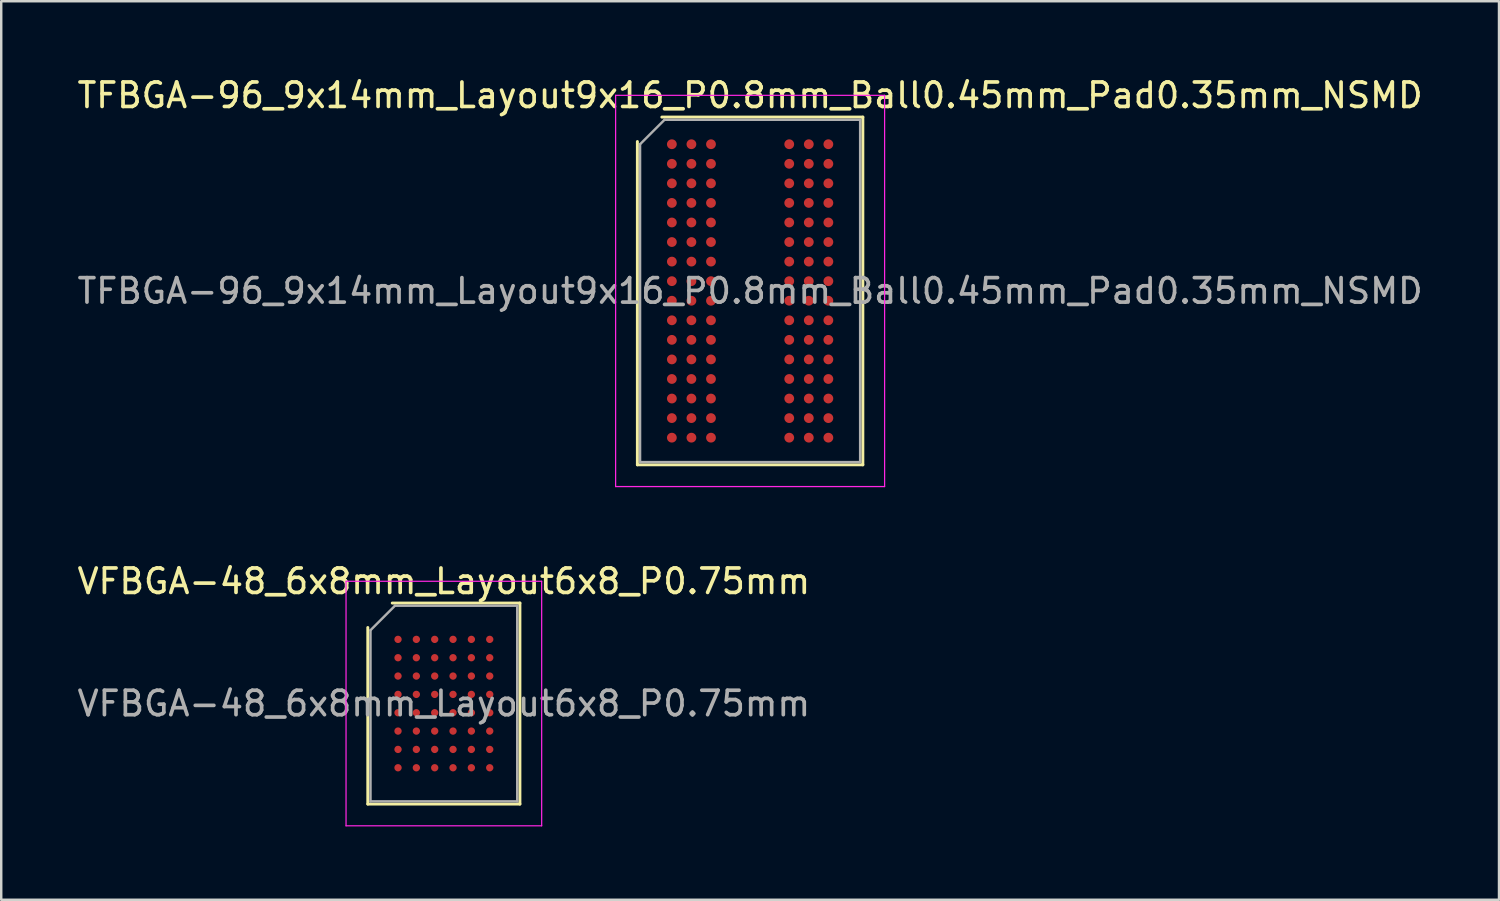
<source format=kicad_pcb>
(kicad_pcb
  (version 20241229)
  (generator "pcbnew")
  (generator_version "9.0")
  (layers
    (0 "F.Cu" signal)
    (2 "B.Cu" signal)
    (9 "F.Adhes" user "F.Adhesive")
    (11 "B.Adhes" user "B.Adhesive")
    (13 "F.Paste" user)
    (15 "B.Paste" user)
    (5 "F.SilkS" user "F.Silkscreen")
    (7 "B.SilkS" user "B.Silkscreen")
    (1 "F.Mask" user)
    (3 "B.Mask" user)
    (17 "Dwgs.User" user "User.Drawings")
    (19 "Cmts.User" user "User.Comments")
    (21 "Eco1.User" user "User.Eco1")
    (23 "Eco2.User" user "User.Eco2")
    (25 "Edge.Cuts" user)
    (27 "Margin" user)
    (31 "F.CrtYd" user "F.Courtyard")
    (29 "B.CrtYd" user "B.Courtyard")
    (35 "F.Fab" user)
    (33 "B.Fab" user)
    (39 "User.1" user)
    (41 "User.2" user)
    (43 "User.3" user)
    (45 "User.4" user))
  (footprint "VFBGA-48_6x8mm_Layout6x8_P0.75mm"
    (layer "F.Cu")
    (at 15.101 25.721)
    (property "Reference" "VFBGA-48_6x8mm_Layout6x8_P0.75mm" (at 0 -5 0) (layer "F.SilkS") (effects (font (size 1 1) (thickness 0.15))))
    (attr smd)
    (fp_line (start -3.11 4.11) (end -3.11 -3.11) (stroke (width 0.12) (type solid)) (layer "F.SilkS"))
    (fp_line (start -2.11 -4.11) (end 3.11 -4.11) (stroke (width 0.12) (type solid)) (layer "F.SilkS"))
    (fp_line (start 3.11 -4.11) (end 3.11 4.11) (stroke (width 0.12) (type solid)) (layer "F.SilkS"))
    (fp_line (start 3.11 4.11) (end -3.11 4.11) (stroke (width 0.12) (type solid)) (layer "F.SilkS"))
    (fp_line (start -4 -5) (end -4 5) (stroke (width 0.05) (type solid)) (layer "F.CrtYd"))
    (fp_line (start -4 5) (end 4 5) (stroke (width 0.05) (type solid)) (layer "F.CrtYd"))
    (fp_line (start 4 -5) (end -4 -5) (stroke (width 0.05) (type solid)) (layer "F.CrtYd"))
    (fp_line (start 4 5) (end 4 -5) (stroke (width 0.05) (type solid)) (layer "F.CrtYd"))
    (fp_line (start -3 -3) (end -2 -4) (stroke (width 0.1) (type solid)) (layer "F.Fab"))
    (fp_line (start -3 4) (end -3 -3) (stroke (width 0.1) (type solid)) (layer "F.Fab"))
    (fp_line (start -2 -4) (end 3 -4) (stroke (width 0.1) (type solid)) (layer "F.Fab"))
    (fp_line (start 3 -4) (end 3 4) (stroke (width 0.1) (type solid)) (layer "F.Fab"))
    (fp_line (start 3 4) (end -3 4) (stroke (width 0.1) (type solid)) (layer "F.Fab"))
    (fp_text user "${REFERENCE}" (at 0 0 0) (layer "F.Fab") (effects (font (size 1 1) (thickness 0.15))))
    (pad "A1" smd circle (at -1.875 -2.625) (size 0.3 0.3) (layers "F.Cu" "F.Mask" "F.Paste"))
    (pad "A2" smd circle (at -1.125 -2.625) (size 0.3 0.3) (layers "F.Cu" "F.Mask" "F.Paste"))
    (pad "A3" smd circle (at -0.375 -2.625) (size 0.3 0.3) (layers "F.Cu" "F.Mask" "F.Paste"))
    (pad "A4" smd circle (at 0.375 -2.625) (size 0.3 0.3) (layers "F.Cu" "F.Mask" "F.Paste"))
    (pad "A5" smd circle (at 1.125 -2.625) (size 0.3 0.3) (layers "F.Cu" "F.Mask" "F.Paste"))
    (pad "A6" smd circle (at 1.875 -2.625) (size 0.3 0.3) (layers "F.Cu" "F.Mask" "F.Paste"))
    (pad "B1" smd circle (at -1.875 -1.875) (size 0.3 0.3) (layers "F.Cu" "F.Mask" "F.Paste"))
    (pad "B2" smd circle (at -1.125 -1.875) (size 0.3 0.3) (layers "F.Cu" "F.Mask" "F.Paste"))
    (pad "B3" smd circle (at -0.375 -1.875) (size 0.3 0.3) (layers "F.Cu" "F.Mask" "F.Paste"))
    (pad "B4" smd circle (at 0.375 -1.875) (size 0.3 0.3) (layers "F.Cu" "F.Mask" "F.Paste"))
    (pad "B5" smd circle (at 1.125 -1.875) (size 0.3 0.3) (layers "F.Cu" "F.Mask" "F.Paste"))
    (pad "B6" smd circle (at 1.875 -1.875) (size 0.3 0.3) (layers "F.Cu" "F.Mask" "F.Paste"))
    (pad "C1" smd circle (at -1.875 -1.125) (size 0.3 0.3) (layers "F.Cu" "F.Mask" "F.Paste"))
    (pad "C2" smd circle (at -1.125 -1.125) (size 0.3 0.3) (layers "F.Cu" "F.Mask" "F.Paste"))
    (pad "C3" smd circle (at -0.375 -1.125) (size 0.3 0.3) (layers "F.Cu" "F.Mask" "F.Paste"))
    (pad "C4" smd circle (at 0.375 -1.125) (size 0.3 0.3) (layers "F.Cu" "F.Mask" "F.Paste"))
    (pad "C5" smd circle (at 1.125 -1.125) (size 0.3 0.3) (layers "F.Cu" "F.Mask" "F.Paste"))
    (pad "C6" smd circle (at 1.875 -1.125) (size 0.3 0.3) (layers "F.Cu" "F.Mask" "F.Paste"))
    (pad "D1" smd circle (at -1.875 -0.375) (size 0.3 0.3) (layers "F.Cu" "F.Mask" "F.Paste"))
    (pad "D2" smd circle (at -1.125 -0.375) (size 0.3 0.3) (layers "F.Cu" "F.Mask" "F.Paste"))
    (pad "D3" smd circle (at -0.375 -0.375) (size 0.3 0.3) (layers "F.Cu" "F.Mask" "F.Paste"))
    (pad "D4" smd circle (at 0.375 -0.375) (size 0.3 0.3) (layers "F.Cu" "F.Mask" "F.Paste"))
    (pad "D5" smd circle (at 1.125 -0.375) (size 0.3 0.3) (layers "F.Cu" "F.Mask" "F.Paste"))
    (pad "D6" smd circle (at 1.875 -0.375) (size 0.3 0.3) (layers "F.Cu" "F.Mask" "F.Paste"))
    (pad "E1" smd circle (at -1.875 0.375) (size 0.3 0.3) (layers "F.Cu" "F.Mask" "F.Paste"))
    (pad "E2" smd circle (at -1.125 0.375) (size 0.3 0.3) (layers "F.Cu" "F.Mask" "F.Paste"))
    (pad "E3" smd circle (at -0.375 0.375) (size 0.3 0.3) (layers "F.Cu" "F.Mask" "F.Paste"))
    (pad "E4" smd circle (at 0.375 0.375) (size 0.3 0.3) (layers "F.Cu" "F.Mask" "F.Paste"))
    (pad "E5" smd circle (at 1.125 0.375) (size 0.3 0.3) (layers "F.Cu" "F.Mask" "F.Paste"))
    (pad "E6" smd circle (at 1.875 0.375) (size 0.3 0.3) (layers "F.Cu" "F.Mask" "F.Paste"))
    (pad "F1" smd circle (at -1.875 1.125) (size 0.3 0.3) (layers "F.Cu" "F.Mask" "F.Paste"))
    (pad "F2" smd circle (at -1.125 1.125) (size 0.3 0.3) (layers "F.Cu" "F.Mask" "F.Paste"))
    (pad "F3" smd circle (at -0.375 1.125) (size 0.3 0.3) (layers "F.Cu" "F.Mask" "F.Paste"))
    (pad "F4" smd circle (at 0.375 1.125) (size 0.3 0.3) (layers "F.Cu" "F.Mask" "F.Paste"))
    (pad "F5" smd circle (at 1.125 1.125) (size 0.3 0.3) (layers "F.Cu" "F.Mask" "F.Paste"))
    (pad "F6" smd circle (at 1.875 1.125) (size 0.3 0.3) (layers "F.Cu" "F.Mask" "F.Paste"))
    (pad "G1" smd circle (at -1.875 1.875) (size 0.3 0.3) (layers "F.Cu" "F.Mask" "F.Paste"))
    (pad "G2" smd circle (at -1.125 1.875) (size 0.3 0.3) (layers "F.Cu" "F.Mask" "F.Paste"))
    (pad "G3" smd circle (at -0.375 1.875) (size 0.3 0.3) (layers "F.Cu" "F.Mask" "F.Paste"))
    (pad "G4" smd circle (at 0.375 1.875) (size 0.3 0.3) (layers "F.Cu" "F.Mask" "F.Paste"))
    (pad "G5" smd circle (at 1.125 1.875) (size 0.3 0.3) (layers "F.Cu" "F.Mask" "F.Paste"))
    (pad "G6" smd circle (at 1.875 1.875) (size 0.3 0.3) (layers "F.Cu" "F.Mask" "F.Paste"))
    (pad "H1" smd circle (at -1.875 2.625) (size 0.3 0.3) (layers "F.Cu" "F.Mask" "F.Paste"))
    (pad "H2" smd circle (at -1.125 2.625) (size 0.3 0.3) (layers "F.Cu" "F.Mask" "F.Paste"))
    (pad "H3" smd circle (at -0.375 2.625) (size 0.3 0.3) (layers "F.Cu" "F.Mask" "F.Paste"))
    (pad "H4" smd circle (at 0.375 2.625) (size 0.3 0.3) (layers "F.Cu" "F.Mask" "F.Paste"))
    (pad "H5" smd circle (at 1.125 2.625) (size 0.3 0.3) (layers "F.Cu" "F.Mask" "F.Paste"))
    (pad "H6" smd circle (at 1.875 2.625) (size 0.3 0.3) (layers "F.Cu" "F.Mask" "F.Paste")))
  (footprint "TFBGA-96_9x14mm_Layout9x16_P0.8mm_Ball0.45mm_Pad0.35mm_NSMD"
    (layer "F.Cu")
    (at 27.625 8.848)
    (property "Reference" "TFBGA-96_9x14mm_Layout9x16_P0.8mm_Ball0.45mm_Pad0.35mm_NSMD" (at 0 -8 0) (layer "F.SilkS") (effects (font (size 1 1) (thickness 0.15))))
    (attr smd)
    (fp_line (start -4.61 7.11) (end -4.61 -6.11) (stroke (width 0.12) (type solid)) (layer "F.SilkS"))
    (fp_line (start -3.61 -7.11) (end 4.61 -7.11) (stroke (width 0.12) (type solid)) (layer "F.SilkS"))
    (fp_line (start 4.61 -7.11) (end 4.61 7.11) (stroke (width 0.12) (type solid)) (layer "F.SilkS"))
    (fp_line (start 4.61 7.11) (end -4.61 7.11) (stroke (width 0.12) (type solid)) (layer "F.SilkS"))
    (fp_line (start -5.5 -8) (end -5.5 8) (stroke (width 0.05) (type solid)) (layer "F.CrtYd"))
    (fp_line (start -5.5 8) (end 5.5 8) (stroke (width 0.05) (type solid)) (layer "F.CrtYd"))
    (fp_line (start 5.5 -8) (end -5.5 -8) (stroke (width 0.05) (type solid)) (layer "F.CrtYd"))
    (fp_line (start 5.5 8) (end 5.5 -8) (stroke (width 0.05) (type solid)) (layer "F.CrtYd"))
    (fp_line (start -4.5 -6) (end -3.5 -7) (stroke (width 0.1) (type solid)) (layer "F.Fab"))
    (fp_line (start -4.5 7) (end -4.5 -6) (stroke (width 0.1) (type solid)) (layer "F.Fab"))
    (fp_line (start -3.5 -7) (end 4.5 -7) (stroke (width 0.1) (type solid)) (layer "F.Fab"))
    (fp_line (start 4.5 -7) (end 4.5 7) (stroke (width 0.1) (type solid)) (layer "F.Fab"))
    (fp_line (start 4.5 7) (end -4.5 7) (stroke (width 0.1) (type solid)) (layer "F.Fab"))
    (fp_text user "${REFERENCE}" (at 0 0 0) (layer "F.Fab") (effects (font (size 1 1) (thickness 0.15))))
    (pad "A1" smd circle (at -3.2 -6) (size 0.4 0.4) (layers "F.Cu" "F.Mask" "F.Paste"))
    (pad "A2" smd circle (at -2.4 -6) (size 0.4 0.4) (layers "F.Cu" "F.Mask" "F.Paste"))
    (pad "A3" smd circle (at -1.6 -6) (size 0.4 0.4) (layers "F.Cu" "F.Mask" "F.Paste"))
    (pad "A7" smd circle (at 1.6 -6) (size 0.4 0.4) (layers "F.Cu" "F.Mask" "F.Paste"))
    (pad "A8" smd circle (at 2.4 -6) (size 0.4 0.4) (layers "F.Cu" "F.Mask" "F.Paste"))
    (pad "A9" smd circle (at 3.2 -6) (size 0.4 0.4) (layers "F.Cu" "F.Mask" "F.Paste"))
    (pad "B1" smd circle (at -3.2 -5.2) (size 0.4 0.4) (layers "F.Cu" "F.Mask" "F.Paste"))
    (pad "B2" smd circle (at -2.4 -5.2) (size 0.4 0.4) (layers "F.Cu" "F.Mask" "F.Paste"))
    (pad "B3" smd circle (at -1.6 -5.2) (size 0.4 0.4) (layers "F.Cu" "F.Mask" "F.Paste"))
    (pad "B7" smd circle (at 1.6 -5.2) (size 0.4 0.4) (layers "F.Cu" "F.Mask" "F.Paste"))
    (pad "B8" smd circle (at 2.4 -5.2) (size 0.4 0.4) (layers "F.Cu" "F.Mask" "F.Paste"))
    (pad "B9" smd circle (at 3.2 -5.2) (size 0.4 0.4) (layers "F.Cu" "F.Mask" "F.Paste"))
    (pad "C1" smd circle (at -3.2 -4.4) (size 0.4 0.4) (layers "F.Cu" "F.Mask" "F.Paste"))
    (pad "C2" smd circle (at -2.4 -4.4) (size 0.4 0.4) (layers "F.Cu" "F.Mask" "F.Paste"))
    (pad "C3" smd circle (at -1.6 -4.4) (size 0.4 0.4) (layers "F.Cu" "F.Mask" "F.Paste"))
    (pad "C7" smd circle (at 1.6 -4.4) (size 0.4 0.4) (layers "F.Cu" "F.Mask" "F.Paste"))
    (pad "C8" smd circle (at 2.4 -4.4) (size 0.4 0.4) (layers "F.Cu" "F.Mask" "F.Paste"))
    (pad "C9" smd circle (at 3.2 -4.4) (size 0.4 0.4) (layers "F.Cu" "F.Mask" "F.Paste"))
    (pad "D1" smd circle (at -3.2 -3.6) (size 0.4 0.4) (layers "F.Cu" "F.Mask" "F.Paste"))
    (pad "D2" smd circle (at -2.4 -3.6) (size 0.4 0.4) (layers "F.Cu" "F.Mask" "F.Paste"))
    (pad "D3" smd circle (at -1.6 -3.6) (size 0.4 0.4) (layers "F.Cu" "F.Mask" "F.Paste"))
    (pad "D7" smd circle (at 1.6 -3.6) (size 0.4 0.4) (layers "F.Cu" "F.Mask" "F.Paste"))
    (pad "D8" smd circle (at 2.4 -3.6) (size 0.4 0.4) (layers "F.Cu" "F.Mask" "F.Paste"))
    (pad "D9" smd circle (at 3.2 -3.6) (size 0.4 0.4) (layers "F.Cu" "F.Mask" "F.Paste"))
    (pad "E1" smd circle (at -3.2 -2.8) (size 0.4 0.4) (layers "F.Cu" "F.Mask" "F.Paste"))
    (pad "E2" smd circle (at -2.4 -2.8) (size 0.4 0.4) (layers "F.Cu" "F.Mask" "F.Paste"))
    (pad "E3" smd circle (at -1.6 -2.8) (size 0.4 0.4) (layers "F.Cu" "F.Mask" "F.Paste"))
    (pad "E7" smd circle (at 1.6 -2.8) (size 0.4 0.4) (layers "F.Cu" "F.Mask" "F.Paste"))
    (pad "E8" smd circle (at 2.4 -2.8) (size 0.4 0.4) (layers "F.Cu" "F.Mask" "F.Paste"))
    (pad "E9" smd circle (at 3.2 -2.8) (size 0.4 0.4) (layers "F.Cu" "F.Mask" "F.Paste"))
    (pad "F1" smd circle (at -3.2 -2) (size 0.4 0.4) (layers "F.Cu" "F.Mask" "F.Paste"))
    (pad "F2" smd circle (at -2.4 -2) (size 0.4 0.4) (layers "F.Cu" "F.Mask" "F.Paste"))
    (pad "F3" smd circle (at -1.6 -2) (size 0.4 0.4) (layers "F.Cu" "F.Mask" "F.Paste"))
    (pad "F7" smd circle (at 1.6 -2) (size 0.4 0.4) (layers "F.Cu" "F.Mask" "F.Paste"))
    (pad "F8" smd circle (at 2.4 -2) (size 0.4 0.4) (layers "F.Cu" "F.Mask" "F.Paste"))
    (pad "F9" smd circle (at 3.2 -2) (size 0.4 0.4) (layers "F.Cu" "F.Mask" "F.Paste"))
    (pad "G1" smd circle (at -3.2 -1.2) (size 0.4 0.4) (layers "F.Cu" "F.Mask" "F.Paste"))
    (pad "G2" smd circle (at -2.4 -1.2) (size 0.4 0.4) (layers "F.Cu" "F.Mask" "F.Paste"))
    (pad "G3" smd circle (at -1.6 -1.2) (size 0.4 0.4) (layers "F.Cu" "F.Mask" "F.Paste"))
    (pad "G7" smd circle (at 1.6 -1.2) (size 0.4 0.4) (layers "F.Cu" "F.Mask" "F.Paste"))
    (pad "G8" smd circle (at 2.4 -1.2) (size 0.4 0.4) (layers "F.Cu" "F.Mask" "F.Paste"))
    (pad "G9" smd circle (at 3.2 -1.2) (size 0.4 0.4) (layers "F.Cu" "F.Mask" "F.Paste"))
    (pad "H1" smd circle (at -3.2 -0.4) (size 0.4 0.4) (layers "F.Cu" "F.Mask" "F.Paste"))
    (pad "H2" smd circle (at -2.4 -0.4) (size 0.4 0.4) (layers "F.Cu" "F.Mask" "F.Paste"))
    (pad "H3" smd circle (at -1.6 -0.4) (size 0.4 0.4) (layers "F.Cu" "F.Mask" "F.Paste"))
    (pad "H7" smd circle (at 1.6 -0.4) (size 0.4 0.4) (layers "F.Cu" "F.Mask" "F.Paste"))
    (pad "H8" smd circle (at 2.4 -0.4) (size 0.4 0.4) (layers "F.Cu" "F.Mask" "F.Paste"))
    (pad "H9" smd circle (at 3.2 -0.4) (size 0.4 0.4) (layers "F.Cu" "F.Mask" "F.Paste"))
    (pad "J1" smd circle (at -3.2 0.4) (size 0.4 0.4) (layers "F.Cu" "F.Mask" "F.Paste"))
    (pad "J2" smd circle (at -2.4 0.4) (size 0.4 0.4) (layers "F.Cu" "F.Mask" "F.Paste"))
    (pad "J3" smd circle (at -1.6 0.4) (size 0.4 0.4) (layers "F.Cu" "F.Mask" "F.Paste"))
    (pad "J7" smd circle (at 1.6 0.4) (size 0.4 0.4) (layers "F.Cu" "F.Mask" "F.Paste"))
    (pad "J8" smd circle (at 2.4 0.4) (size 0.4 0.4) (layers "F.Cu" "F.Mask" "F.Paste"))
    (pad "J9" smd circle (at 3.2 0.4) (size 0.4 0.4) (layers "F.Cu" "F.Mask" "F.Paste"))
    (pad "K1" smd circle (at -3.2 1.2) (size 0.4 0.4) (layers "F.Cu" "F.Mask" "F.Paste"))
    (pad "K2" smd circle (at -2.4 1.2) (size 0.4 0.4) (layers "F.Cu" "F.Mask" "F.Paste"))
    (pad "K3" smd circle (at -1.6 1.2) (size 0.4 0.4) (layers "F.Cu" "F.Mask" "F.Paste"))
    (pad "K7" smd circle (at 1.6 1.2) (size 0.4 0.4) (layers "F.Cu" "F.Mask" "F.Paste"))
    (pad "K8" smd circle (at 2.4 1.2) (size 0.4 0.4) (layers "F.Cu" "F.Mask" "F.Paste"))
    (pad "K9" smd circle (at 3.2 1.2) (size 0.4 0.4) (layers "F.Cu" "F.Mask" "F.Paste"))
    (pad "L1" smd circle (at -3.2 2) (size 0.4 0.4) (layers "F.Cu" "F.Mask" "F.Paste"))
    (pad "L2" smd circle (at -2.4 2) (size 0.4 0.4) (layers "F.Cu" "F.Mask" "F.Paste"))
    (pad "L3" smd circle (at -1.6 2) (size 0.4 0.4) (layers "F.Cu" "F.Mask" "F.Paste"))
    (pad "L7" smd circle (at 1.6 2) (size 0.4 0.4) (layers "F.Cu" "F.Mask" "F.Paste"))
    (pad "L8" smd circle (at 2.4 2) (size 0.4 0.4) (layers "F.Cu" "F.Mask" "F.Paste"))
    (pad "L9" smd circle (at 3.2 2) (size 0.4 0.4) (layers "F.Cu" "F.Mask" "F.Paste"))
    (pad "M1" smd circle (at -3.2 2.8) (size 0.4 0.4) (layers "F.Cu" "F.Mask" "F.Paste"))
    (pad "M2" smd circle (at -2.4 2.8) (size 0.4 0.4) (layers "F.Cu" "F.Mask" "F.Paste"))
    (pad "M3" smd circle (at -1.6 2.8) (size 0.4 0.4) (layers "F.Cu" "F.Mask" "F.Paste"))
    (pad "M7" smd circle (at 1.6 2.8) (size 0.4 0.4) (layers "F.Cu" "F.Mask" "F.Paste"))
    (pad "M8" smd circle (at 2.4 2.8) (size 0.4 0.4) (layers "F.Cu" "F.Mask" "F.Paste"))
    (pad "M9" smd circle (at 3.2 2.8) (size 0.4 0.4) (layers "F.Cu" "F.Mask" "F.Paste"))
    (pad "N1" smd circle (at -3.2 3.6) (size 0.4 0.4) (layers "F.Cu" "F.Mask" "F.Paste"))
    (pad "N2" smd circle (at -2.4 3.6) (size 0.4 0.4) (layers "F.Cu" "F.Mask" "F.Paste"))
    (pad "N3" smd circle (at -1.6 3.6) (size 0.4 0.4) (layers "F.Cu" "F.Mask" "F.Paste"))
    (pad "N7" smd circle (at 1.6 3.6) (size 0.4 0.4) (layers "F.Cu" "F.Mask" "F.Paste"))
    (pad "N8" smd circle (at 2.4 3.6) (size 0.4 0.4) (layers "F.Cu" "F.Mask" "F.Paste"))
    (pad "N9" smd circle (at 3.2 3.6) (size 0.4 0.4) (layers "F.Cu" "F.Mask" "F.Paste"))
    (pad "P1" smd circle (at -3.2 4.4) (size 0.4 0.4) (layers "F.Cu" "F.Mask" "F.Paste"))
    (pad "P2" smd circle (at -2.4 4.4) (size 0.4 0.4) (layers "F.Cu" "F.Mask" "F.Paste"))
    (pad "P3" smd circle (at -1.6 4.4) (size 0.4 0.4) (layers "F.Cu" "F.Mask" "F.Paste"))
    (pad "P7" smd circle (at 1.6 4.4) (size 0.4 0.4) (layers "F.Cu" "F.Mask" "F.Paste"))
    (pad "P8" smd circle (at 2.4 4.4) (size 0.4 0.4) (layers "F.Cu" "F.Mask" "F.Paste"))
    (pad "P9" smd circle (at 3.2 4.4) (size 0.4 0.4) (layers "F.Cu" "F.Mask" "F.Paste"))
    (pad "R1" smd circle (at -3.2 5.2) (size 0.4 0.4) (layers "F.Cu" "F.Mask" "F.Paste"))
    (pad "R2" smd circle (at -2.4 5.2) (size 0.4 0.4) (layers "F.Cu" "F.Mask" "F.Paste"))
    (pad "R3" smd circle (at -1.6 5.2) (size 0.4 0.4) (layers "F.Cu" "F.Mask" "F.Paste"))
    (pad "R7" smd circle (at 1.6 5.2) (size 0.4 0.4) (layers "F.Cu" "F.Mask" "F.Paste"))
    (pad "R8" smd circle (at 2.4 5.2) (size 0.4 0.4) (layers "F.Cu" "F.Mask" "F.Paste"))
    (pad "R9" smd circle (at 3.2 5.2) (size 0.4 0.4) (layers "F.Cu" "F.Mask" "F.Paste"))
    (pad "T1" smd circle (at -3.2 6) (size 0.4 0.4) (layers "F.Cu" "F.Mask" "F.Paste"))
    (pad "T2" smd circle (at -2.4 6) (size 0.4 0.4) (layers "F.Cu" "F.Mask" "F.Paste"))
    (pad "T3" smd circle (at -1.6 6) (size 0.4 0.4) (layers "F.Cu" "F.Mask" "F.Paste"))
    (pad "T7" smd circle (at 1.6 6) (size 0.4 0.4) (layers "F.Cu" "F.Mask" "F.Paste"))
    (pad "T8" smd circle (at 2.4 6) (size 0.4 0.4) (layers "F.Cu" "F.Mask" "F.Paste"))
    (pad "T9" smd circle (at 3.2 6) (size 0.4 0.4) (layers "F.Cu" "F.Mask" "F.Paste")))
  (gr_rect
    (start -3 -3)
    (end 58.25 33.746)
    (stroke (width 0.1) (type default))
    (fill no)
    (layer "Edge.Cuts")))
</source>
